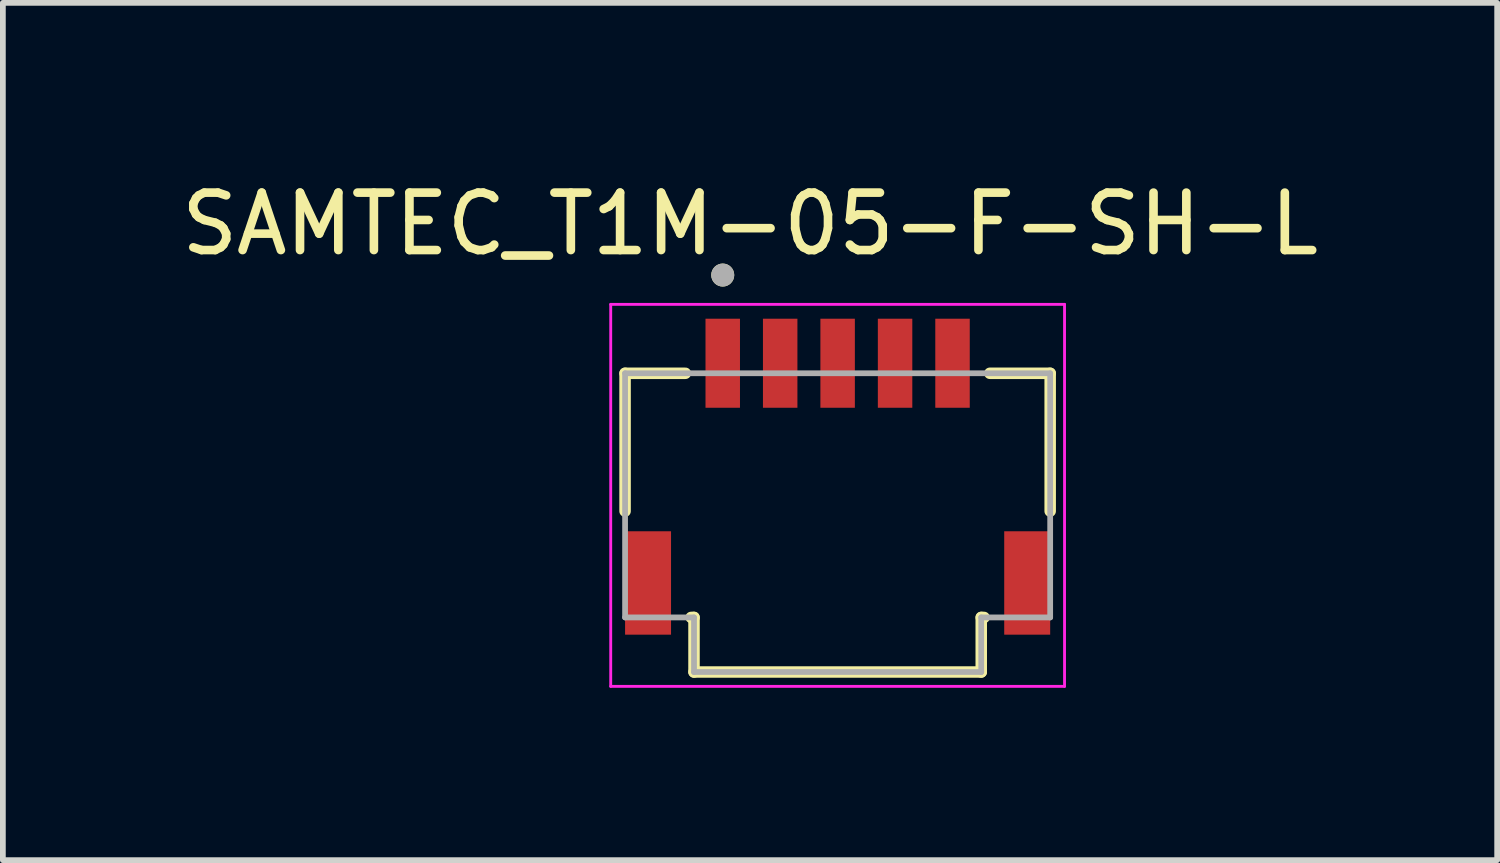
<source format=kicad_pcb>
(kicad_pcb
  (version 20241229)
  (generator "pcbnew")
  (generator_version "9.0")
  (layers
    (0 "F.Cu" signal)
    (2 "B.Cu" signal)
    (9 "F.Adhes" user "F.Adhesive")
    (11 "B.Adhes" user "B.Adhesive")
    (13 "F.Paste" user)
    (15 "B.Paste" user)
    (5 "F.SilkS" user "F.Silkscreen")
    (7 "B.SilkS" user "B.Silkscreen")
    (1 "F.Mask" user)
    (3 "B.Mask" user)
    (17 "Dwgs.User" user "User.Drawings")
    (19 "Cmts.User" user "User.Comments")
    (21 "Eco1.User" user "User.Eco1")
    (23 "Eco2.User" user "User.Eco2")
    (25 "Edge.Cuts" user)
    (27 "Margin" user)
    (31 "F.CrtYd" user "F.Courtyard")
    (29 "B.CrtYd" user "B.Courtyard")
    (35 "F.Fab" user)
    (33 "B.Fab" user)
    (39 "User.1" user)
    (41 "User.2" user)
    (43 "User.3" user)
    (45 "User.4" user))
  (footprint "SAMTEC_T1M-05-F-SH-L"
    (layer "F.Cu")
    (at 11.531 3.273)
    (property "Reference" "SAMTEC_T1M-05-F-SH-L" (at -1.525 -2.425 0) (layer "F.SilkS") (effects (font (size 1 1) (thickness 0.15))))
    (attr smd)
    (fp_line (start -3.7 0.175) (end -3.7 2.575) (stroke (width 0.2) (type solid)) (layer "F.SilkS"))
    (fp_line (start -3.7 0.175) (end -2.65 0.175) (stroke (width 0.2) (type solid)) (layer "F.SilkS"))
    (fp_line (start -2.55 4.425) (end -2.5 4.425) (stroke (width 0.2) (type solid)) (layer "F.SilkS"))
    (fp_line (start -2.5 4.425) (end -2.5 5.375) (stroke (width 0.2) (type solid)) (layer "F.SilkS"))
    (fp_line (start -2.5 5.375) (end 2.5 5.375) (stroke (width 0.2) (type solid)) (layer "F.SilkS"))
    (fp_line (start 2.5 4.425) (end 2.5 5.375) (stroke (width 0.2) (type solid)) (layer "F.SilkS"))
    (fp_line (start 2.55 4.425) (end 2.5 4.425) (stroke (width 0.2) (type solid)) (layer "F.SilkS"))
    (fp_line (start 3.7 0.175) (end 2.65 0.175) (stroke (width 0.2) (type solid)) (layer "F.SilkS"))
    (fp_line (start 3.7 0.175) (end 3.7 2.575) (stroke (width 0.2) (type solid)) (layer "F.SilkS"))
    (fp_circle (center -2 -1.535) (end -1.9 -1.535) (stroke (width 0.2) (type solid)) (fill no) (layer "F.SilkS"))
    (fp_line (start -3.95 -1.025) (end 3.95 -1.025) (stroke (width 0.05) (type solid)) (layer "F.CrtYd"))
    (fp_line (start -3.95 5.625) (end -3.95 -1.025) (stroke (width 0.05) (type solid)) (layer "F.CrtYd"))
    (fp_line (start 3.95 -1.025) (end 3.95 5.625) (stroke (width 0.05) (type solid)) (layer "F.CrtYd"))
    (fp_line (start 3.95 5.625) (end -3.95 5.625) (stroke (width 0.05) (type solid)) (layer "F.CrtYd"))
    (fp_line (start -3.7 0.175) (end -3.7 4.425) (stroke (width 0.1) (type solid)) (layer "F.Fab"))
    (fp_line (start -3.7 0.175) (end 3.7 0.175) (stroke (width 0.1) (type solid)) (layer "F.Fab"))
    (fp_line (start -3.7 4.425) (end -2.5 4.425) (stroke (width 0.1) (type solid)) (layer "F.Fab"))
    (fp_line (start -2.5 4.425) (end -2.5 5.375) (stroke (width 0.1) (type solid)) (layer "F.Fab"))
    (fp_line (start -2.5 5.375) (end 2.5 5.375) (stroke (width 0.1) (type solid)) (layer "F.Fab"))
    (fp_line (start 2.5 4.425) (end 2.5 5.375) (stroke (width 0.1) (type solid)) (layer "F.Fab"))
    (fp_line (start 3.7 0.175) (end 3.7 4.425) (stroke (width 0.1) (type solid)) (layer "F.Fab"))
    (fp_line (start 3.7 4.425) (end 2.5 4.425) (stroke (width 0.1) (type solid)) (layer "F.Fab"))
    (fp_circle (center -2 -1.535) (end -1.9 -1.535) (stroke (width 0.2) (type solid)) (fill no) (layer "F.Fab"))
    (pad "01" smd rect (at -2 0) (size 0.6 1.55) (layers "F.Cu" "F.Mask" "F.Paste"))
    (pad "02" smd rect (at -1 0) (size 0.6 1.55) (layers "F.Cu" "F.Mask" "F.Paste"))
    (pad "03" smd rect (at 0 0) (size 0.6 1.55) (layers "F.Cu" "F.Mask" "F.Paste"))
    (pad "04" smd rect (at 1 0) (size 0.6 1.55) (layers "F.Cu" "F.Mask" "F.Paste"))
    (pad "05" smd rect (at 2 0) (size 0.6 1.55) (layers "F.Cu" "F.Mask" "F.Paste"))
    (pad "S1" smd rect (at -3.3 3.825) (size 0.8 1.8) (layers "F.Cu" "F.Mask" "F.Paste"))
    (pad "S2" smd rect (at 3.3 3.825) (size 0.8 1.8) (layers "F.Cu" "F.Mask" "F.Paste")))
  (gr_rect
    (start -3 -3)
    (end 23.012 11.923)
    (stroke (width 0.1) (type default))
    (fill no)
    (layer "Edge.Cuts")))
</source>
